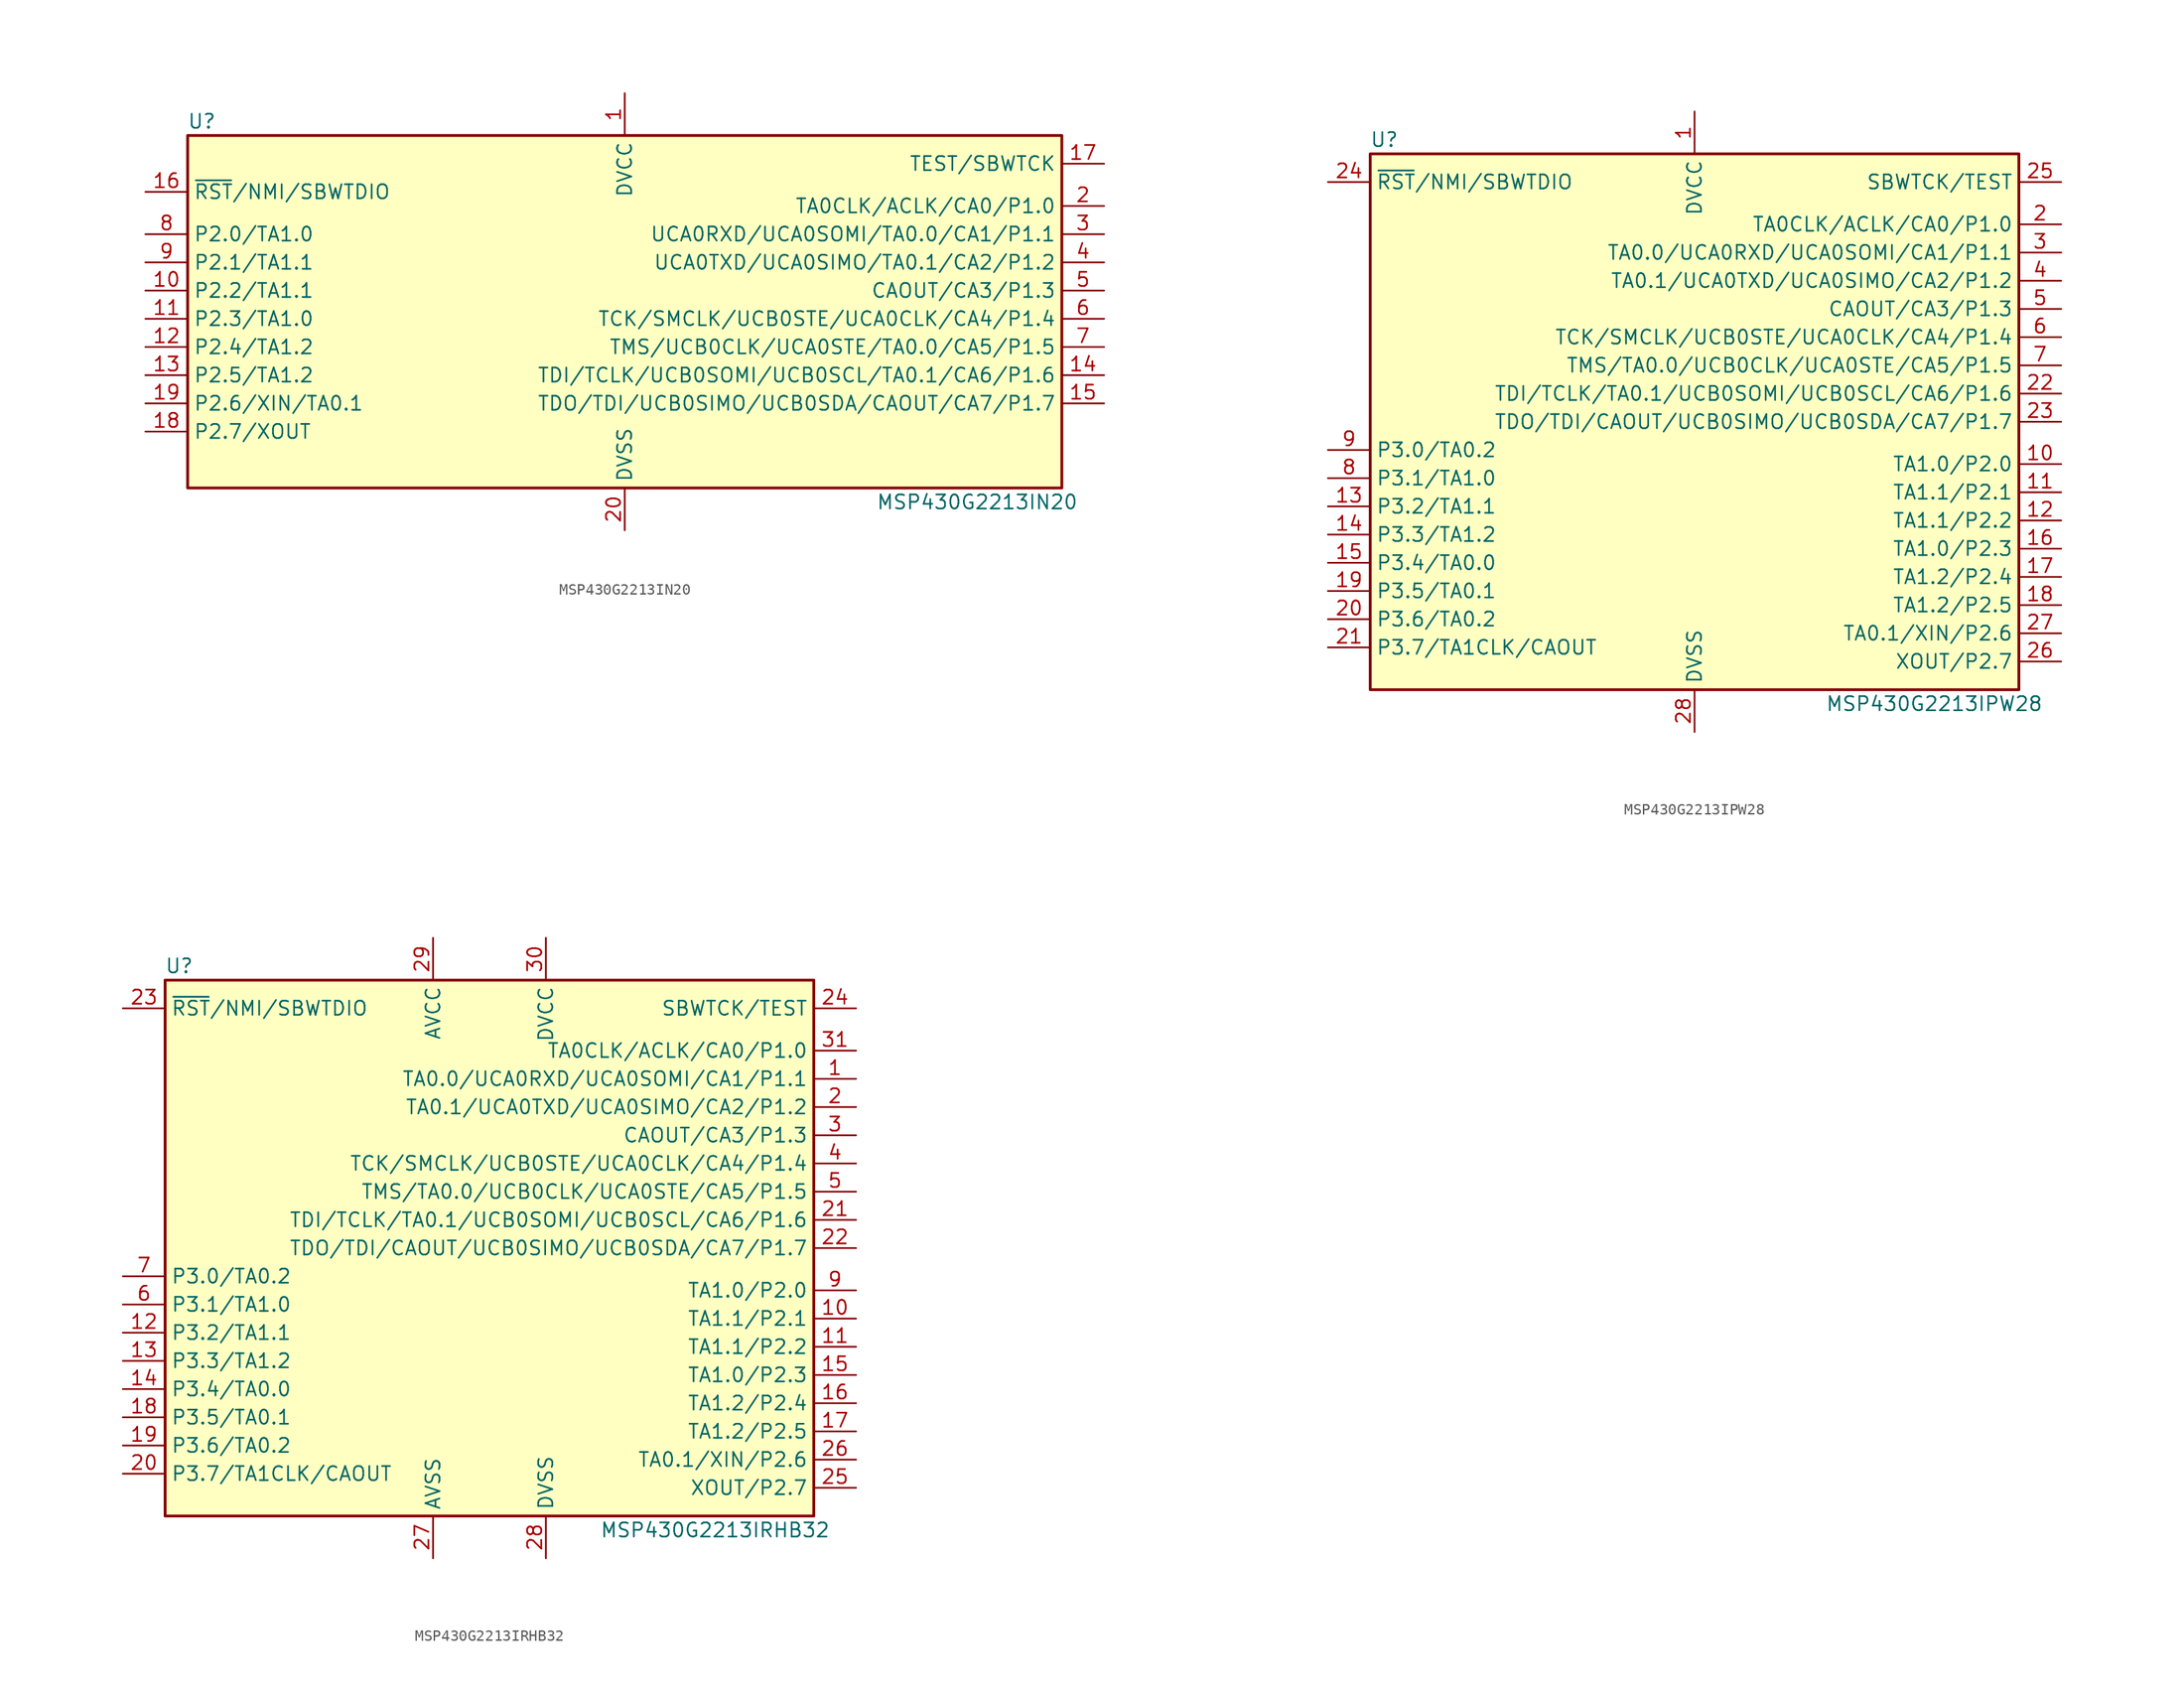
<source format=kicad_sym>
(kicad_symbol_lib
  (version 20241209)
  (generator "kicad_symbol_editor")
  (generator_version "9.0")
  (symbol "MSP430G2213IN20"
    (property "Reference" "U"
      (at -38.1 17.78 0)
      (effects (font (size 1.27 1.27))))
    (property "Value" "MSP430G2213IN20"
      (at 31.75 -16.51 0)
      (effects (font (size 1.27 1.27))))
    (symbol "MSP430G2213IN20_0_1"
      (rectangle (start -39.37 16.51) (end 39.37 -15.24) (stroke (width 0.254) (type default)) (fill (type background))))
    (symbol "MSP430G2213IN20_1_1"
      (pin input line (at -43.18 11.43 0) (length 3.81) (name "~{RST}/NMI/SBWTDIO" (effects (font (size 1.27 1.27)))) (number "16" (effects (font (size 1.27 1.27)))))
      (pin bidirectional line (at -43.18 7.62 0) (length 3.81) (name "P2.0/TA1.0" (effects (font (size 1.27 1.27)))) (number "8" (effects (font (size 1.27 1.27)))))
      (pin bidirectional line (at -43.18 5.08 0) (length 3.81) (name "P2.1/TA1.1" (effects (font (size 1.27 1.27)))) (number "9" (effects (font (size 1.27 1.27)))))
      (pin bidirectional line (at -43.18 2.54 0) (length 3.81) (name "P2.2/TA1.1" (effects (font (size 1.27 1.27)))) (number "10" (effects (font (size 1.27 1.27)))))
      (pin bidirectional line (at -43.18 0 0) (length 3.81) (name "P2.3/TA1.0" (effects (font (size 1.27 1.27)))) (number "11" (effects (font (size 1.27 1.27)))))
      (pin bidirectional line (at -43.18 -2.54 0) (length 3.81) (name "P2.4/TA1.2" (effects (font (size 1.27 1.27)))) (number "12" (effects (font (size 1.27 1.27)))))
      (pin bidirectional line (at -43.18 -5.08 0) (length 3.81) (name "P2.5/TA1.2" (effects (font (size 1.27 1.27)))) (number "13" (effects (font (size 1.27 1.27)))))
      (pin bidirectional line (at -43.18 -7.62 0) (length 3.81) (name "P2.6/XIN/TA0.1" (effects (font (size 1.27 1.27)))) (number "19" (effects (font (size 1.27 1.27)))))
      (pin bidirectional line (at -43.18 -10.16 0) (length 3.81) (name "P2.7/XOUT" (effects (font (size 1.27 1.27)))) (number "18" (effects (font (size 1.27 1.27)))))
      (pin power_in line (at 0 20.32 270) (length 3.81) (name "DVCC" (effects (font (size 1.27 1.27)))) (number "1" (effects (font (size 1.27 1.27)))))
      (pin power_in line (at 0 -19.05 90) (length 3.81) (name "DVSS" (effects (font (size 1.27 1.27)))) (number "20" (effects (font (size 1.27 1.27)))))
      (pin input line (at 43.18 13.97 180) (length 3.81) (name "TEST/SBWTCK" (effects (font (size 1.27 1.27)))) (number "17" (effects (font (size 1.27 1.27)))))
      (pin bidirectional line (at 43.18 10.16 180) (length 3.81) (name "TA0CLK/ACLK/CA0/P1.0" (effects (font (size 1.27 1.27)))) (number "2" (effects (font (size 1.27 1.27)))))
      (pin bidirectional line (at 43.18 7.62 180) (length 3.81) (name "UCA0RXD/UCA0SOMI/TA0.0/CA1/P1.1" (effects (font (size 1.27 1.27)))) (number "3" (effects (font (size 1.27 1.27)))))
      (pin bidirectional line (at 43.18 5.08 180) (length 3.81) (name "UCA0TXD/UCA0SIMO/TA0.1/CA2/P1.2" (effects (font (size 1.27 1.27)))) (number "4" (effects (font (size 1.27 1.27)))))
      (pin bidirectional line (at 43.18 2.54 180) (length 3.81) (name "CAOUT/CA3/P1.3" (effects (font (size 1.27 1.27)))) (number "5" (effects (font (size 1.27 1.27)))))
      (pin bidirectional line (at 43.18 0 180) (length 3.81) (name "TCK/SMCLK/UCB0STE/UCA0CLK/CA4/P1.4" (effects (font (size 1.27 1.27)))) (number "6" (effects (font (size 1.27 1.27)))))
      (pin bidirectional line (at 43.18 -2.54 180) (length 3.81) (name "TMS/UCB0CLK/UCA0STE/TA0.0/CA5/P1.5" (effects (font (size 1.27 1.27)))) (number "7" (effects (font (size 1.27 1.27)))))
      (pin bidirectional line (at 43.18 -5.08 180) (length 3.81) (name "TDI/TCLK/UCB0SOMI/UCB0SCL/TA0.1/CA6/P1.6" (effects (font (size 1.27 1.27)))) (number "14" (effects (font (size 1.27 1.27)))))
      (pin bidirectional line (at 43.18 -7.62 180) (length 3.81) (name "TDO/TDI/UCB0SIMO/UCB0SDA/CAOUT/CA7/P1.7" (effects (font (size 1.27 1.27)))) (number "15" (effects (font (size 1.27 1.27)))))))
  (symbol "MSP430G2213IPW28"
    (property "Reference" "U"
      (at -27.94 25.4 0)
      (effects (font (size 1.27 1.27))))
    (property "Value" "MSP430G2213IPW28"
      (at 21.59 -25.4 0)
      (effects (font (size 1.27 1.27))))
    (symbol "MSP430G2213IPW28_0_1"
      (rectangle (start -29.21 24.13) (end 29.21 -24.13) (stroke (width 0.254) (type default)) (fill (type background))))
    (symbol "MSP430G2213IPW28_1_1"
      (pin input line (at -33.02 21.59 0) (length 3.81) (name "~{RST}/NMI/SBWTDIO" (effects (font (size 1.27 1.27)))) (number "24" (effects (font (size 1.27 1.27)))))
      (pin bidirectional line (at -33.02 -2.54 0) (length 3.81) (name "P3.0/TA0.2" (effects (font (size 1.27 1.27)))) (number "9" (effects (font (size 1.27 1.27)))))
      (pin bidirectional line (at -33.02 -5.08 0) (length 3.81) (name "P3.1/TA1.0" (effects (font (size 1.27 1.27)))) (number "8" (effects (font (size 1.27 1.27)))))
      (pin bidirectional line (at -33.02 -7.62 0) (length 3.81) (name "P3.2/TA1.1" (effects (font (size 1.27 1.27)))) (number "13" (effects (font (size 1.27 1.27)))))
      (pin bidirectional line (at -33.02 -10.16 0) (length 3.81) (name "P3.3/TA1.2" (effects (font (size 1.27 1.27)))) (number "14" (effects (font (size 1.27 1.27)))))
      (pin bidirectional line (at -33.02 -12.7 0) (length 3.81) (name "P3.4/TA0.0" (effects (font (size 1.27 1.27)))) (number "15" (effects (font (size 1.27 1.27)))))
      (pin bidirectional line (at -33.02 -15.24 0) (length 3.81) (name "P3.5/TA0.1" (effects (font (size 1.27 1.27)))) (number "19" (effects (font (size 1.27 1.27)))))
      (pin bidirectional line (at -33.02 -17.78 0) (length 3.81) (name "P3.6/TA0.2" (effects (font (size 1.27 1.27)))) (number "20" (effects (font (size 1.27 1.27)))))
      (pin bidirectional line (at -33.02 -20.32 0) (length 3.81) (name "P3.7/TA1CLK/CAOUT" (effects (font (size 1.27 1.27)))) (number "21" (effects (font (size 1.27 1.27)))))
      (pin power_in line (at 0 27.94 270) (length 3.81) (name "DVCC" (effects (font (size 1.27 1.27)))) (number "1" (effects (font (size 1.27 1.27)))))
      (pin power_in line (at 0 -27.94 90) (length 3.81) (name "DVSS" (effects (font (size 1.27 1.27)))) (number "28" (effects (font (size 1.27 1.27)))))
      (pin input line (at 33.02 21.59 180) (length 3.81) (name "SBWTCK/TEST" (effects (font (size 1.27 1.27)))) (number "25" (effects (font (size 1.27 1.27)))))
      (pin bidirectional line (at 33.02 17.78 180) (length 3.81) (name "TA0CLK/ACLK/CA0/P1.0" (effects (font (size 1.27 1.27)))) (number "2" (effects (font (size 1.27 1.27)))))
      (pin bidirectional line (at 33.02 15.24 180) (length 3.81) (name "TA0.0/UCA0RXD/UCA0SOMI/CA1/P1.1" (effects (font (size 1.27 1.27)))) (number "3" (effects (font (size 1.27 1.27)))))
      (pin bidirectional line (at 33.02 12.7 180) (length 3.81) (name "TA0.1/UCA0TXD/UCA0SIMO/CA2/P1.2" (effects (font (size 1.27 1.27)))) (number "4" (effects (font (size 1.27 1.27)))))
      (pin bidirectional line (at 33.02 10.16 180) (length 3.81) (name "CAOUT/CA3/P1.3" (effects (font (size 1.27 1.27)))) (number "5" (effects (font (size 1.27 1.27)))))
      (pin bidirectional line (at 33.02 7.62 180) (length 3.81) (name "TCK/SMCLK/UCB0STE/UCA0CLK/CA4/P1.4" (effects (font (size 1.27 1.27)))) (number "6" (effects (font (size 1.27 1.27)))))
      (pin bidirectional line (at 33.02 5.08 180) (length 3.81) (name "TMS/TA0.0/UCB0CLK/UCA0STE/CA5/P1.5" (effects (font (size 1.27 1.27)))) (number "7" (effects (font (size 1.27 1.27)))))
      (pin bidirectional line (at 33.02 2.54 180) (length 3.81) (name "TDI/TCLK/TA0.1/UCB0SOMI/UCB0SCL/CA6/P1.6" (effects (font (size 1.27 1.27)))) (number "22" (effects (font (size 1.27 1.27)))))
      (pin bidirectional line (at 33.02 0 180) (length 3.81) (name "TDO/TDI/CAOUT/UCB0SIMO/UCB0SDA/CA7/P1.7" (effects (font (size 1.27 1.27)))) (number "23" (effects (font (size 1.27 1.27)))))
      (pin bidirectional line (at 33.02 -3.81 180) (length 3.81) (name "TA1.0/P2.0" (effects (font (size 1.27 1.27)))) (number "10" (effects (font (size 1.27 1.27)))))
      (pin bidirectional line (at 33.02 -6.35 180) (length 3.81) (name "TA1.1/P2.1" (effects (font (size 1.27 1.27)))) (number "11" (effects (font (size 1.27 1.27)))))
      (pin bidirectional line (at 33.02 -8.89 180) (length 3.81) (name "TA1.1/P2.2" (effects (font (size 1.27 1.27)))) (number "12" (effects (font (size 1.27 1.27)))))
      (pin bidirectional line (at 33.02 -11.43 180) (length 3.81) (name "TA1.0/P2.3" (effects (font (size 1.27 1.27)))) (number "16" (effects (font (size 1.27 1.27)))))
      (pin bidirectional line (at 33.02 -13.97 180) (length 3.81) (name "TA1.2/P2.4" (effects (font (size 1.27 1.27)))) (number "17" (effects (font (size 1.27 1.27)))))
      (pin bidirectional line (at 33.02 -16.51 180) (length 3.81) (name "TA1.2/P2.5" (effects (font (size 1.27 1.27)))) (number "18" (effects (font (size 1.27 1.27)))))
      (pin bidirectional line (at 33.02 -19.05 180) (length 3.81) (name "TA0.1/XIN/P2.6" (effects (font (size 1.27 1.27)))) (number "27" (effects (font (size 1.27 1.27)))))
      (pin bidirectional line (at 33.02 -21.59 180) (length 3.81) (name "XOUT/P2.7" (effects (font (size 1.27 1.27)))) (number "26" (effects (font (size 1.27 1.27)))))))
  (symbol "MSP430G2213IRHB32"
    (property "Reference" "U"
      (at -27.94 25.4 0)
      (effects (font (size 1.27 1.27))))
    (property "Value" "MSP430G2213IRHB32"
      (at 20.32 -25.4 0)
      (effects (font (size 1.27 1.27))))
    (symbol "MSP430G2213IRHB32_0_1"
      (rectangle (start -29.21 24.13) (end 29.21 -24.13) (stroke (width 0.254) (type default)) (fill (type background))))
    (symbol "MSP430G2213IRHB32_1_1"
      (pin input line (at -33.02 21.59 0) (length 3.81) (name "~{RST}/NMI/SBWTDIO" (effects (font (size 1.27 1.27)))) (number "23" (effects (font (size 1.27 1.27)))))
      (pin bidirectional line (at -33.02 -2.54 0) (length 3.81) (name "P3.0/TA0.2" (effects (font (size 1.27 1.27)))) (number "7" (effects (font (size 1.27 1.27)))))
      (pin bidirectional line (at -33.02 -5.08 0) (length 3.81) (name "P3.1/TA1.0" (effects (font (size 1.27 1.27)))) (number "6" (effects (font (size 1.27 1.27)))))
      (pin bidirectional line (at -33.02 -7.62 0) (length 3.81) (name "P3.2/TA1.1" (effects (font (size 1.27 1.27)))) (number "12" (effects (font (size 1.27 1.27)))))
      (pin bidirectional line (at -33.02 -10.16 0) (length 3.81) (name "P3.3/TA1.2" (effects (font (size 1.27 1.27)))) (number "13" (effects (font (size 1.27 1.27)))))
      (pin bidirectional line (at -33.02 -12.7 0) (length 3.81) (name "P3.4/TA0.0" (effects (font (size 1.27 1.27)))) (number "14" (effects (font (size 1.27 1.27)))))
      (pin bidirectional line (at -33.02 -15.24 0) (length 3.81) (name "P3.5/TA0.1" (effects (font (size 1.27 1.27)))) (number "18" (effects (font (size 1.27 1.27)))))
      (pin bidirectional line (at -33.02 -17.78 0) (length 3.81) (name "P3.6/TA0.2" (effects (font (size 1.27 1.27)))) (number "19" (effects (font (size 1.27 1.27)))))
      (pin bidirectional line (at -33.02 -20.32 0) (length 3.81) (name "P3.7/TA1CLK/CAOUT" (effects (font (size 1.27 1.27)))) (number "20" (effects (font (size 1.27 1.27)))))
      (pin power_in line (at -5.08 27.94 270) (length 3.81) (name "AVCC" (effects (font (size 1.27 1.27)))) (number "29" (effects (font (size 1.27 1.27)))))
      (pin power_in line (at -5.08 -27.94 90) (length 3.81) (name "AVSS" (effects (font (size 1.27 1.27)))) (number "27" (effects (font (size 1.27 1.27)))))
      (pin power_in line (at 5.08 27.94 270) (length 3.81) (name "DVCC" (effects (font (size 1.27 1.27)))) (number "30" (effects (font (size 1.27 1.27)))))
      (pin power_in line (at 5.08 -27.94 90) (length 3.81) (name "DVSS" (effects (font (size 1.27 1.27)))) (number "28" (effects (font (size 1.27 1.27)))))
      (pin input line (at 33.02 21.59 180) (length 3.81) (name "SBWTCK/TEST" (effects (font (size 1.27 1.27)))) (number "24" (effects (font (size 1.27 1.27)))))
      (pin bidirectional line (at 33.02 17.78 180) (length 3.81) (name "TA0CLK/ACLK/CA0/P1.0" (effects (font (size 1.27 1.27)))) (number "31" (effects (font (size 1.27 1.27)))))
      (pin bidirectional line (at 33.02 15.24 180) (length 3.81) (name "TA0.0/UCA0RXD/UCA0SOMI/CA1/P1.1" (effects (font (size 1.27 1.27)))) (number "1" (effects (font (size 1.27 1.27)))))
      (pin bidirectional line (at 33.02 12.7 180) (length 3.81) (name "TA0.1/UCA0TXD/UCA0SIMO/CA2/P1.2" (effects (font (size 1.27 1.27)))) (number "2" (effects (font (size 1.27 1.27)))))
      (pin bidirectional line (at 33.02 10.16 180) (length 3.81) (name "CAOUT/CA3/P1.3" (effects (font (size 1.27 1.27)))) (number "3" (effects (font (size 1.27 1.27)))))
      (pin bidirectional line (at 33.02 7.62 180) (length 3.81) (name "TCK/SMCLK/UCB0STE/UCA0CLK/CA4/P1.4" (effects (font (size 1.27 1.27)))) (number "4" (effects (font (size 1.27 1.27)))))
      (pin bidirectional line (at 33.02 5.08 180) (length 3.81) (name "TMS/TA0.0/UCB0CLK/UCA0STE/CA5/P1.5" (effects (font (size 1.27 1.27)))) (number "5" (effects (font (size 1.27 1.27)))))
      (pin bidirectional line (at 33.02 2.54 180) (length 3.81) (name "TDI/TCLK/TA0.1/UCB0SOMI/UCB0SCL/CA6/P1.6" (effects (font (size 1.27 1.27)))) (number "21" (effects (font (size 1.27 1.27)))))
      (pin bidirectional line (at 33.02 0 180) (length 3.81) (name "TDO/TDI/CAOUT/UCB0SIMO/UCB0SDA/CA7/P1.7" (effects (font (size 1.27 1.27)))) (number "22" (effects (font (size 1.27 1.27)))))
      (pin bidirectional line (at 33.02 -3.81 180) (length 3.81) (name "TA1.0/P2.0" (effects (font (size 1.27 1.27)))) (number "9" (effects (font (size 1.27 1.27)))))
      (pin bidirectional line (at 33.02 -6.35 180) (length 3.81) (name "TA1.1/P2.1" (effects (font (size 1.27 1.27)))) (number "10" (effects (font (size 1.27 1.27)))))
      (pin bidirectional line (at 33.02 -8.89 180) (length 3.81) (name "TA1.1/P2.2" (effects (font (size 1.27 1.27)))) (number "11" (effects (font (size 1.27 1.27)))))
      (pin bidirectional line (at 33.02 -11.43 180) (length 3.81) (name "TA1.0/P2.3" (effects (font (size 1.27 1.27)))) (number "15" (effects (font (size 1.27 1.27)))))
      (pin bidirectional line (at 33.02 -13.97 180) (length 3.81) (name "TA1.2/P2.4" (effects (font (size 1.27 1.27)))) (number "16" (effects (font (size 1.27 1.27)))))
      (pin bidirectional line (at 33.02 -16.51 180) (length 3.81) (name "TA1.2/P2.5" (effects (font (size 1.27 1.27)))) (number "17" (effects (font (size 1.27 1.27)))))
      (pin bidirectional line (at 33.02 -19.05 180) (length 3.81) (name "TA0.1/XIN/P2.6" (effects (font (size 1.27 1.27)))) (number "26" (effects (font (size 1.27 1.27)))))
      (pin bidirectional line (at 33.02 -21.59 180) (length 3.81) (name "XOUT/P2.7" (effects (font (size 1.27 1.27)))) (number "25" (effects (font (size 1.27 1.27))))))))
</source>
